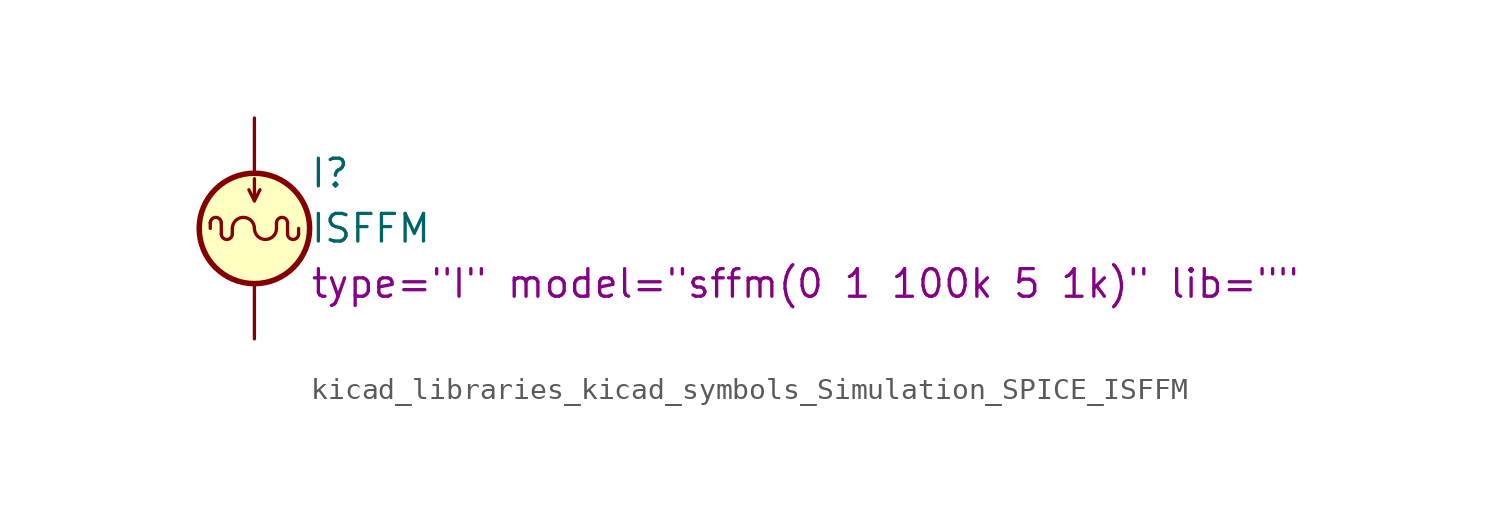
<source format=kicad_sym>
(kicad_symbol_lib
  (version 20220914)
  (generator kicad_symbol_editor)
  (symbol "kicad_libraries_kicad_symbols_Simulation_SPICE_ISFFM"
    (pin_numbers hide)
    (pin_names
      (offset 0.025))
    (property "Reference" "I"
      (at 2.54 2.54 0)
      (effects (font (size 1.27 1.27)) (justify left)))
    (property "Value" "ISFFM"
      (at 2.54 0 0)
      (effects (font (size 1.27 1.27)) (justify left)))
    (property "Sim.Params" "type=\"I\" model=\"sffm(0 1 100k 5 1k)\" lib=\"\""
      (at 2.54 -2.54 0)
      (effects (font (size 1.27 1.27)) (justify left)))
    (symbol "kicad_libraries_kicad_symbols_Simulation_SPICE_ISFFM_0_1"
      (arc (start -1.524 -0.254) (mid -1.27 -0.5069) (end -1.016 -0.254) (stroke (width 0) (type default)) (fill (type none)))
      (arc (start -1.524 0.254) (mid -1.778 0.5069) (end -2.032 0.254) (stroke (width 0) (type default)) (fill (type none)))
      (arc (start 0 0) (mid -0.508 0.5058) (end -1.016 0) (stroke (width 0) (type default)) (fill (type none)))
      (polyline (pts (xy -2.032 0.254) (xy -2.032 0)) (stroke (width 0) (type default)) (fill (type none)))
      (polyline (pts (xy -1.524 -0.254) (xy -1.524 0.254)) (stroke (width 0) (type default)) (fill (type none)))
      (polyline (pts (xy -1.016 0) (xy -1.016 -0.254)) (stroke (width 0) (type default)) (fill (type none)))
      (polyline (pts (xy 0 1.27) (xy 0 2.286)) (stroke (width 0) (type default)) (fill (type none)))
      (polyline (pts (xy 1.016 0.254) (xy 1.016 0)) (stroke (width 0) (type default)) (fill (type none)))
      (polyline (pts (xy 1.524 0.254) (xy 1.524 -0.254)) (stroke (width 0) (type default)) (fill (type none)))
      (polyline (pts (xy 2.032 -0.254) (xy 2.032 0)) (stroke (width 0) (type default)) (fill (type none)))
      (polyline (pts (xy -0.254 1.778) (xy 0 1.27) (xy 0.254 1.778)) (stroke (width 0) (type default)) (fill (type none)))
      (arc (start 0 0) (mid 0.508 -0.5058) (end 1.016 0) (stroke (width 0) (type default)) (fill (type none)))
      (circle (center 0 0) (radius 2.54) (stroke (width 0.254) (type default)) (fill (type background)))
      (arc (start 1.524 -0.254) (mid 1.778 -0.5069) (end 2.032 -0.254) (stroke (width 0) (type default)) (fill (type none)))
      (arc (start 1.524 0.254) (mid 1.27 0.5069) (end 1.016 0.254) (stroke (width 0) (type default)) (fill (type none))))
    (symbol "kicad_libraries_kicad_symbols_Simulation_SPICE_ISFFM_1_1"
      (pin passive line (at 0 5.08 270) (length 2.54) (name "~" (effects (font (size 1.27 1.27)))) (number "1" (effects (font (size 1.27 1.27)))))
      (pin passive line (at 0 -5.08 90) (length 2.54) (name "~" (effects (font (size 1.27 1.27)))) (number "2" (effects (font (size 1.27 1.27))))))))
</source>
